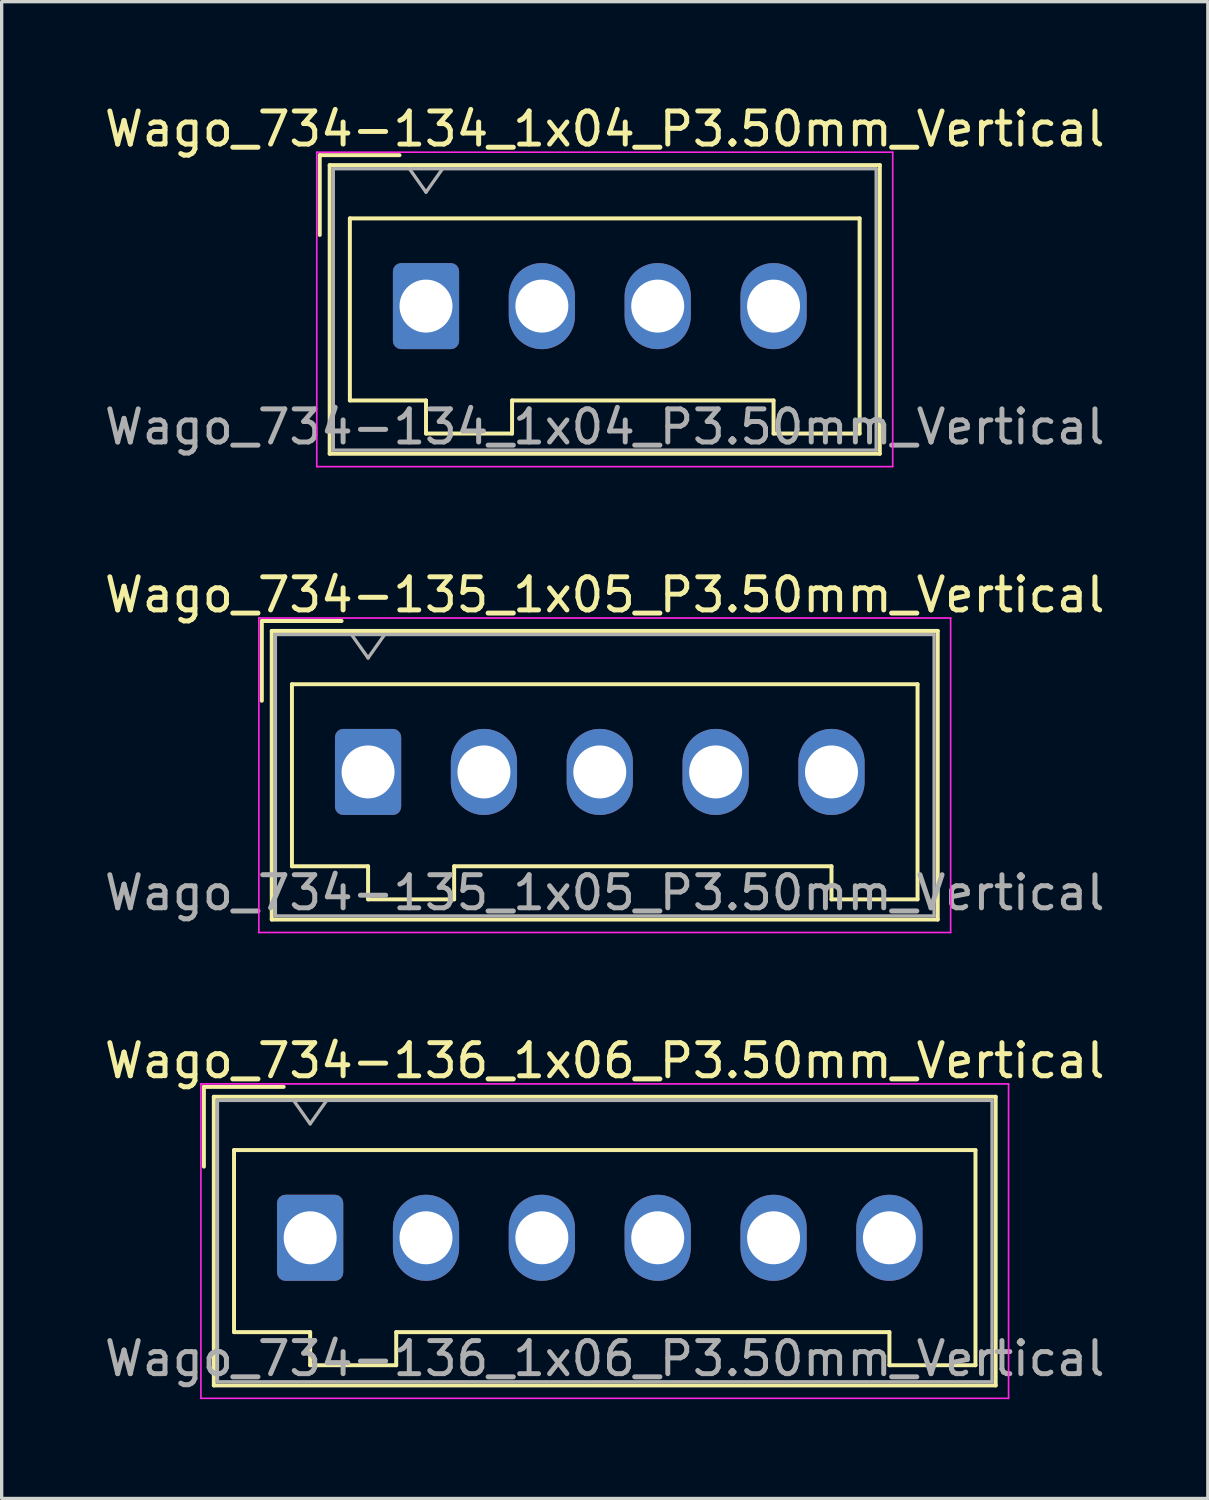
<source format=kicad_pcb>
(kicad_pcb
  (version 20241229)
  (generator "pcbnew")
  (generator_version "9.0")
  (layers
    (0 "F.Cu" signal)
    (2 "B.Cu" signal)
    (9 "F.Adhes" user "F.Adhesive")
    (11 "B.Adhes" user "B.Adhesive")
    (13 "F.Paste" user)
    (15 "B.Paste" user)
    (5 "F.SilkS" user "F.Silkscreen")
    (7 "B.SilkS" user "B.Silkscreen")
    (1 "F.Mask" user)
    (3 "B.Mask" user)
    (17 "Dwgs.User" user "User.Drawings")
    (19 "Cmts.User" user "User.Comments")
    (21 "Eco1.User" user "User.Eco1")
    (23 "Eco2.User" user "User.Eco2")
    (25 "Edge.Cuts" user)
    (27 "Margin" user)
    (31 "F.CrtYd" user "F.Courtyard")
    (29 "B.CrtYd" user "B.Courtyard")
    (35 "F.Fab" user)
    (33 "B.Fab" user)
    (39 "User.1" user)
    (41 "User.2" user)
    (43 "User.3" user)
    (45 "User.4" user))
  (footprint "Wago_734-134_1x04_P3.50mm_Vertical"
    (layer "F.Cu")
    (at 9.82 6.198)
    (property "Reference" "Wago_734-134_1x04_P3.50mm_Vertical" (at 5.4 -5.35 0) (layer "F.SilkS") (effects (font (size 1 1) (thickness 0.15))))
    (attr through_hole)
    (fp_line (start -3.21 -4.56) (end -0.8 -4.56) (stroke (width 0.12) (type solid)) (layer "F.SilkS"))
    (fp_line (start -3.21 -2.15) (end -3.21 -4.56) (stroke (width 0.12) (type solid)) (layer "F.SilkS"))
    (fp_line (start -2.91 -4.26) (end -2.91 4.46) (stroke (width 0.12) (type solid)) (layer "F.SilkS"))
    (fp_line (start -2.91 4.46) (end 13.71 4.46) (stroke (width 0.12) (type solid)) (layer "F.SilkS"))
    (fp_line (start -2.3 -2.65) (end -2.3 2.85) (stroke (width 0.12) (type solid)) (layer "F.SilkS"))
    (fp_line (start -2.3 2.85) (end 0 2.85) (stroke (width 0.12) (type solid)) (layer "F.SilkS"))
    (fp_line (start 0 2.85) (end 0 3.85) (stroke (width 0.12) (type solid)) (layer "F.SilkS"))
    (fp_line (start 0 3.85) (end 2.6 3.85) (stroke (width 0.12) (type solid)) (layer "F.SilkS"))
    (fp_line (start 2.6 2.85) (end 10.5 2.85) (stroke (width 0.12) (type solid)) (layer "F.SilkS"))
    (fp_line (start 2.6 3.85) (end 2.6 2.85) (stroke (width 0.12) (type solid)) (layer "F.SilkS"))
    (fp_line (start 10.5 2.85) (end 10.5 3.85) (stroke (width 0.12) (type solid)) (layer "F.SilkS"))
    (fp_line (start 10.5 3.85) (end 13.1 3.85) (stroke (width 0.12) (type solid)) (layer "F.SilkS"))
    (fp_line (start 13.1 -2.65) (end -2.3 -2.65) (stroke (width 0.12) (type solid)) (layer "F.SilkS"))
    (fp_line (start 13.1 3.85) (end 13.1 -2.65) (stroke (width 0.12) (type solid)) (layer "F.SilkS"))
    (fp_line (start 13.71 -4.26) (end -2.91 -4.26) (stroke (width 0.12) (type solid)) (layer "F.SilkS"))
    (fp_line (start 13.71 4.46) (end 13.71 -4.26) (stroke (width 0.12) (type solid)) (layer "F.SilkS"))
    (fp_line (start -3.3 -4.65) (end -3.3 4.85) (stroke (width 0.05) (type solid)) (layer "F.CrtYd"))
    (fp_line (start -3.3 4.85) (end 14.1 4.85) (stroke (width 0.05) (type solid)) (layer "F.CrtYd"))
    (fp_line (start 14.1 -4.65) (end -3.3 -4.65) (stroke (width 0.05) (type solid)) (layer "F.CrtYd"))
    (fp_line (start 14.1 4.85) (end 14.1 -4.65) (stroke (width 0.05) (type solid)) (layer "F.CrtYd"))
    (fp_line (start -2.8 -4.15) (end -2.8 4.35) (stroke (width 0.1) (type solid)) (layer "F.Fab"))
    (fp_line (start -2.8 4.35) (end 13.6 4.35) (stroke (width 0.1) (type solid)) (layer "F.Fab"))
    (fp_line (start -0.5 -4.15) (end 0 -3.443) (stroke (width 0.1) (type solid)) (layer "F.Fab"))
    (fp_line (start 0 -3.443) (end 0.5 -4.15) (stroke (width 0.1) (type solid)) (layer "F.Fab"))
    (fp_line (start 13.6 -4.15) (end -2.8 -4.15) (stroke (width 0.1) (type solid)) (layer "F.Fab"))
    (fp_line (start 13.6 4.35) (end 13.6 -4.15) (stroke (width 0.1) (type solid)) (layer "F.Fab"))
    (fp_text user "${REFERENCE}" (at 5.4 3.65 0) (layer "F.Fab") (effects (font (size 1 1) (thickness 0.15))))
    (pad "1" thru_hole roundrect (at 0 0) (size 2 2.6) (drill 1.6) (layers "*.Cu" "*.Mask") (roundrect_rratio 0.125))
    (pad "2" thru_hole oval (at 3.5 0) (size 2 2.6) (drill 1.6) (layers "*.Cu" "*.Mask"))
    (pad "3" thru_hole oval (at 7 0) (size 2 2.6) (drill 1.6) (layers "*.Cu" "*.Mask"))
    (pad "4" thru_hole oval (at 10.5 0) (size 2 2.6) (drill 1.6) (layers "*.Cu" "*.Mask")))
  (footprint "Wago_734-135_1x05_P3.50mm_Vertical"
    (layer "F.Cu")
    (at 8.07 20.271)
    (property "Reference" "Wago_734-135_1x05_P3.50mm_Vertical" (at 7.15 -5.35 0) (layer "F.SilkS") (effects (font (size 1 1) (thickness 0.15))))
    (attr through_hole)
    (fp_line (start -3.21 -4.56) (end -0.8 -4.56) (stroke (width 0.12) (type solid)) (layer "F.SilkS"))
    (fp_line (start -3.21 -2.15) (end -3.21 -4.56) (stroke (width 0.12) (type solid)) (layer "F.SilkS"))
    (fp_line (start -2.91 -4.26) (end -2.91 4.46) (stroke (width 0.12) (type solid)) (layer "F.SilkS"))
    (fp_line (start -2.91 4.46) (end 17.21 4.46) (stroke (width 0.12) (type solid)) (layer "F.SilkS"))
    (fp_line (start -2.3 -2.65) (end -2.3 2.85) (stroke (width 0.12) (type solid)) (layer "F.SilkS"))
    (fp_line (start -2.3 2.85) (end 0 2.85) (stroke (width 0.12) (type solid)) (layer "F.SilkS"))
    (fp_line (start 0 2.85) (end 0 3.85) (stroke (width 0.12) (type solid)) (layer "F.SilkS"))
    (fp_line (start 0 3.85) (end 2.6 3.85) (stroke (width 0.12) (type solid)) (layer "F.SilkS"))
    (fp_line (start 2.6 2.85) (end 14 2.85) (stroke (width 0.12) (type solid)) (layer "F.SilkS"))
    (fp_line (start 2.6 3.85) (end 2.6 2.85) (stroke (width 0.12) (type solid)) (layer "F.SilkS"))
    (fp_line (start 14 2.85) (end 14 3.85) (stroke (width 0.12) (type solid)) (layer "F.SilkS"))
    (fp_line (start 14 3.85) (end 16.6 3.85) (stroke (width 0.12) (type solid)) (layer "F.SilkS"))
    (fp_line (start 16.6 -2.65) (end -2.3 -2.65) (stroke (width 0.12) (type solid)) (layer "F.SilkS"))
    (fp_line (start 16.6 3.85) (end 16.6 -2.65) (stroke (width 0.12) (type solid)) (layer "F.SilkS"))
    (fp_line (start 17.21 -4.26) (end -2.91 -4.26) (stroke (width 0.12) (type solid)) (layer "F.SilkS"))
    (fp_line (start 17.21 4.46) (end 17.21 -4.26) (stroke (width 0.12) (type solid)) (layer "F.SilkS"))
    (fp_line (start -3.3 -4.65) (end -3.3 4.85) (stroke (width 0.05) (type solid)) (layer "F.CrtYd"))
    (fp_line (start -3.3 4.85) (end 17.6 4.85) (stroke (width 0.05) (type solid)) (layer "F.CrtYd"))
    (fp_line (start 17.6 -4.65) (end -3.3 -4.65) (stroke (width 0.05) (type solid)) (layer "F.CrtYd"))
    (fp_line (start 17.6 4.85) (end 17.6 -4.65) (stroke (width 0.05) (type solid)) (layer "F.CrtYd"))
    (fp_line (start -2.8 -4.15) (end -2.8 4.35) (stroke (width 0.1) (type solid)) (layer "F.Fab"))
    (fp_line (start -2.8 4.35) (end 17.1 4.35) (stroke (width 0.1) (type solid)) (layer "F.Fab"))
    (fp_line (start -0.5 -4.15) (end 0 -3.443) (stroke (width 0.1) (type solid)) (layer "F.Fab"))
    (fp_line (start 0 -3.443) (end 0.5 -4.15) (stroke (width 0.1) (type solid)) (layer "F.Fab"))
    (fp_line (start 17.1 -4.15) (end -2.8 -4.15) (stroke (width 0.1) (type solid)) (layer "F.Fab"))
    (fp_line (start 17.1 4.35) (end 17.1 -4.15) (stroke (width 0.1) (type solid)) (layer "F.Fab"))
    (fp_text user "${REFERENCE}" (at 7.15 3.65 0) (layer "F.Fab") (effects (font (size 1 1) (thickness 0.15))))
    (pad "1" thru_hole roundrect (at 0 0) (size 2 2.6) (drill 1.6) (layers "*.Cu" "*.Mask") (roundrect_rratio 0.125))
    (pad "2" thru_hole oval (at 3.5 0) (size 2 2.6) (drill 1.6) (layers "*.Cu" "*.Mask"))
    (pad "3" thru_hole oval (at 7 0) (size 2 2.6) (drill 1.6) (layers "*.Cu" "*.Mask"))
    (pad "4" thru_hole oval (at 10.5 0) (size 2 2.6) (drill 1.6) (layers "*.Cu" "*.Mask"))
    (pad "5" thru_hole oval (at 14 0) (size 2 2.6) (drill 1.6) (layers "*.Cu" "*.Mask")))
  (footprint "Wago_734-136_1x06_P3.50mm_Vertical"
    (layer "F.Cu")
    (at 6.32 34.345)
    (property "Reference" "Wago_734-136_1x06_P3.50mm_Vertical" (at 8.9 -5.35 0) (layer "F.SilkS") (effects (font (size 1 1) (thickness 0.15))))
    (attr through_hole)
    (fp_line (start -3.21 -4.56) (end -0.8 -4.56) (stroke (width 0.12) (type solid)) (layer "F.SilkS"))
    (fp_line (start -3.21 -2.15) (end -3.21 -4.56) (stroke (width 0.12) (type solid)) (layer "F.SilkS"))
    (fp_line (start -2.91 -4.26) (end -2.91 4.46) (stroke (width 0.12) (type solid)) (layer "F.SilkS"))
    (fp_line (start -2.91 4.46) (end 20.71 4.46) (stroke (width 0.12) (type solid)) (layer "F.SilkS"))
    (fp_line (start -2.3 -2.65) (end -2.3 2.85) (stroke (width 0.12) (type solid)) (layer "F.SilkS"))
    (fp_line (start -2.3 2.85) (end 0 2.85) (stroke (width 0.12) (type solid)) (layer "F.SilkS"))
    (fp_line (start 0 2.85) (end 0 3.85) (stroke (width 0.12) (type solid)) (layer "F.SilkS"))
    (fp_line (start 0 3.85) (end 2.6 3.85) (stroke (width 0.12) (type solid)) (layer "F.SilkS"))
    (fp_line (start 2.6 2.85) (end 17.5 2.85) (stroke (width 0.12) (type solid)) (layer "F.SilkS"))
    (fp_line (start 2.6 3.85) (end 2.6 2.85) (stroke (width 0.12) (type solid)) (layer "F.SilkS"))
    (fp_line (start 17.5 2.85) (end 17.5 3.85) (stroke (width 0.12) (type solid)) (layer "F.SilkS"))
    (fp_line (start 17.5 3.85) (end 20.1 3.85) (stroke (width 0.12) (type solid)) (layer "F.SilkS"))
    (fp_line (start 20.1 -2.65) (end -2.3 -2.65) (stroke (width 0.12) (type solid)) (layer "F.SilkS"))
    (fp_line (start 20.1 3.85) (end 20.1 -2.65) (stroke (width 0.12) (type solid)) (layer "F.SilkS"))
    (fp_line (start 20.71 -4.26) (end -2.91 -4.26) (stroke (width 0.12) (type solid)) (layer "F.SilkS"))
    (fp_line (start 20.71 4.46) (end 20.71 -4.26) (stroke (width 0.12) (type solid)) (layer "F.SilkS"))
    (fp_line (start -3.3 -4.65) (end -3.3 4.85) (stroke (width 0.05) (type solid)) (layer "F.CrtYd"))
    (fp_line (start -3.3 4.85) (end 21.1 4.85) (stroke (width 0.05) (type solid)) (layer "F.CrtYd"))
    (fp_line (start 21.1 -4.65) (end -3.3 -4.65) (stroke (width 0.05) (type solid)) (layer "F.CrtYd"))
    (fp_line (start 21.1 4.85) (end 21.1 -4.65) (stroke (width 0.05) (type solid)) (layer "F.CrtYd"))
    (fp_line (start -2.8 -4.15) (end -2.8 4.35) (stroke (width 0.1) (type solid)) (layer "F.Fab"))
    (fp_line (start -2.8 4.35) (end 20.6 4.35) (stroke (width 0.1) (type solid)) (layer "F.Fab"))
    (fp_line (start -0.5 -4.15) (end 0 -3.443) (stroke (width 0.1) (type solid)) (layer "F.Fab"))
    (fp_line (start 0 -3.443) (end 0.5 -4.15) (stroke (width 0.1) (type solid)) (layer "F.Fab"))
    (fp_line (start 20.6 -4.15) (end -2.8 -4.15) (stroke (width 0.1) (type solid)) (layer "F.Fab"))
    (fp_line (start 20.6 4.35) (end 20.6 -4.15) (stroke (width 0.1) (type solid)) (layer "F.Fab"))
    (fp_text user "${REFERENCE}" (at 8.9 3.65 0) (layer "F.Fab") (effects (font (size 1 1) (thickness 0.15))))
    (pad "1" thru_hole roundrect (at 0 0) (size 2 2.6) (drill 1.6) (layers "*.Cu" "*.Mask") (roundrect_rratio 0.125))
    (pad "2" thru_hole oval (at 3.5 0) (size 2 2.6) (drill 1.6) (layers "*.Cu" "*.Mask"))
    (pad "3" thru_hole oval (at 7 0) (size 2 2.6) (drill 1.6) (layers "*.Cu" "*.Mask"))
    (pad "4" thru_hole oval (at 10.5 0) (size 2 2.6) (drill 1.6) (layers "*.Cu" "*.Mask"))
    (pad "5" thru_hole oval (at 14 0) (size 2 2.6) (drill 1.6) (layers "*.Cu" "*.Mask"))
    (pad "6" thru_hole oval (at 17.5 0) (size 2 2.6) (drill 1.6) (layers "*.Cu" "*.Mask")))
  (gr_rect
    (start -3 -3)
    (end 33.44 42.22)
    (stroke (width 0.1) (type default))
    (fill no)
    (layer "Edge.Cuts")))
</source>
